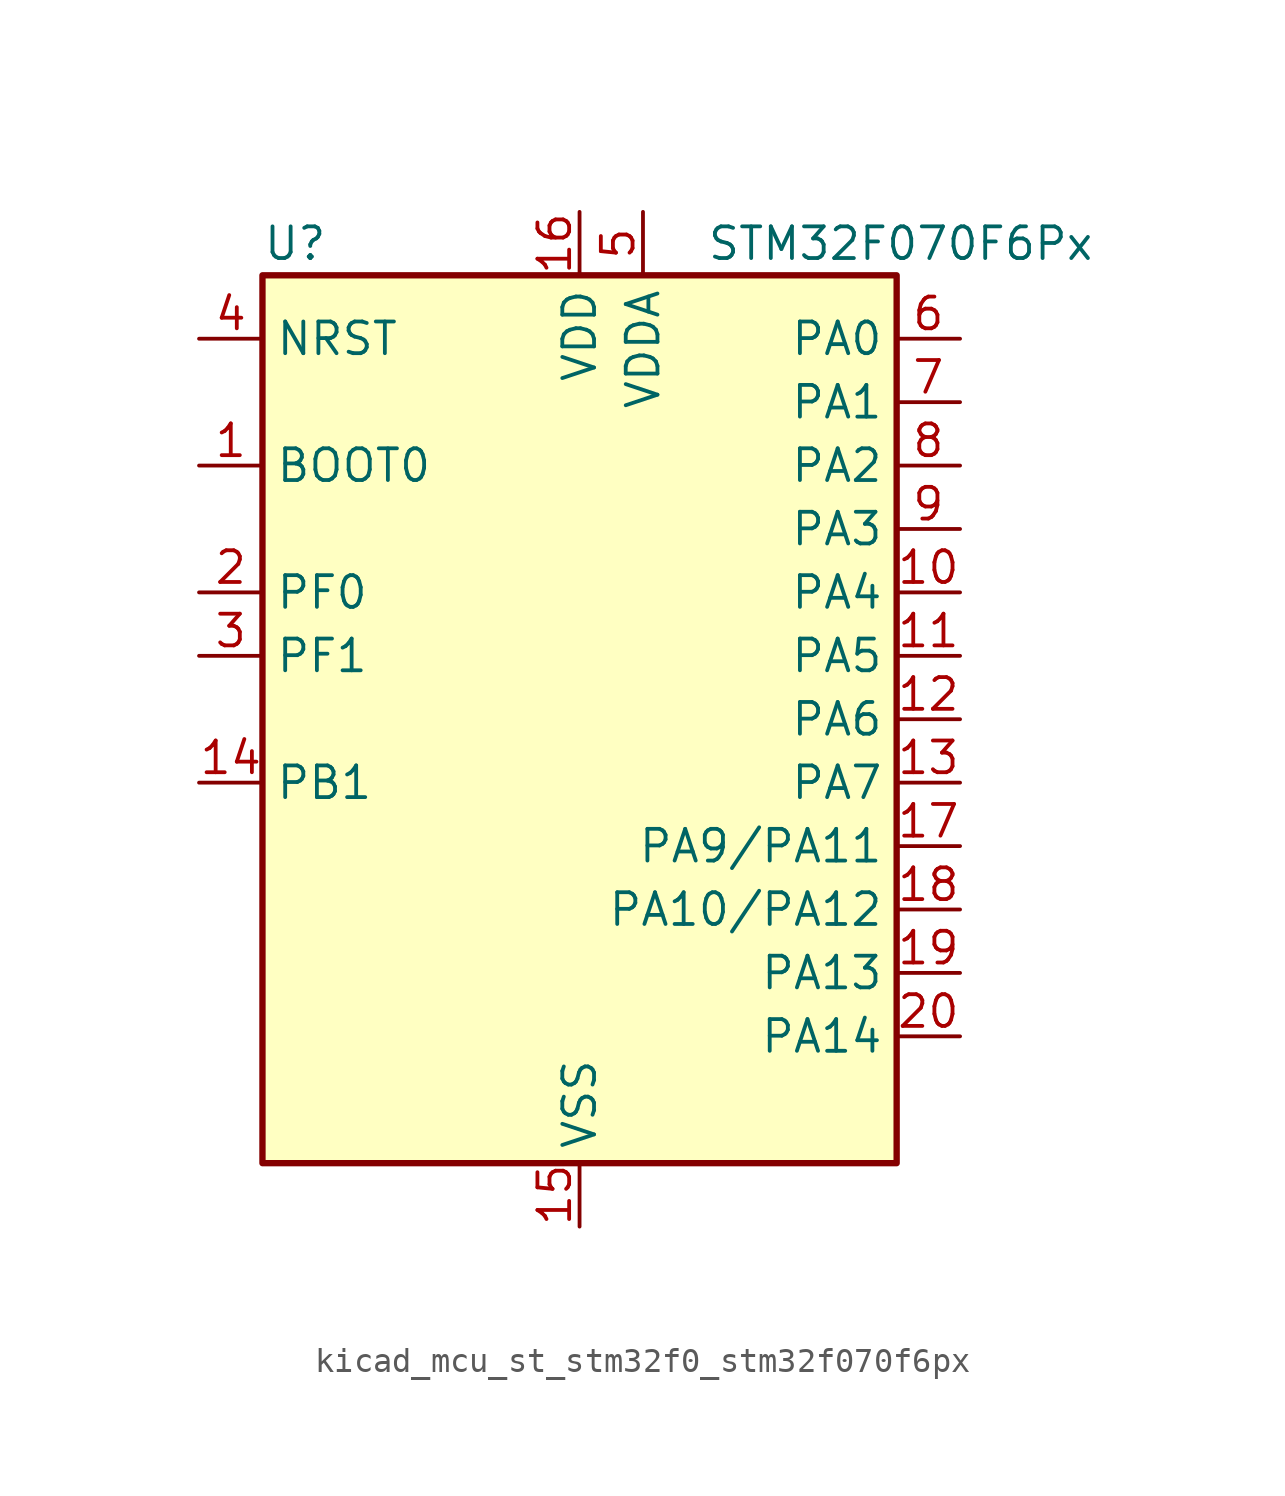
<source format=kicad_sym>
(kicad_symbol_lib
  (version 20220914)
  (generator kicad_symbol_editor)
  (symbol "kicad_mcu_st_stm32f0_stm32f070f6px"
    (property "Reference" "U"
      (at -12.7 19.05 0)
      (effects (font (size 1.27 1.27)) (justify left)))
    (property "Value" "STM32F070F6Px"
      (at 5.08 19.05 0)
      (effects (font (size 1.27 1.27)) (justify left)))
    (property "ki_locked" ""
      (at 0 0 0)
      (effects (font (size 1.27 1.27))))
    (symbol "kicad_mcu_st_stm32f0_stm32f070f6px_0_1"
      (rectangle (start -12.7 -17.78) (end 12.7 17.78) (stroke (width 0.254) (type default)) (fill (type background))))
    (symbol "kicad_mcu_st_stm32f0_stm32f070f6px_1_1"
      (pin input line (at -15.24 10.16 0) (length 2.54) (name "BOOT0" (effects (font (size 1.27 1.27)))) (number "1" (effects (font (size 1.27 1.27)))))
      (pin bidirectional line (at 15.24 5.08 180) (length 2.54) (name "PA4" (effects (font (size 1.27 1.27)))) (number "10" (effects (font (size 1.27 1.27)))) (alternate "ADC_IN4" bidirectional line) (alternate "SPI1_NSS" bidirectional line) (alternate "TIM14_CH1" bidirectional line) (alternate "USART2_CK" bidirectional line) (alternate "USB_NOE" bidirectional line))
      (pin bidirectional line (at 15.24 2.54 180) (length 2.54) (name "PA5" (effects (font (size 1.27 1.27)))) (number "11" (effects (font (size 1.27 1.27)))) (alternate "ADC_IN5" bidirectional line) (alternate "SPI1_SCK" bidirectional line))
      (pin bidirectional line (at 15.24 0 180) (length 2.54) (name "PA6" (effects (font (size 1.27 1.27)))) (number "12" (effects (font (size 1.27 1.27)))) (alternate "ADC_IN6" bidirectional line) (alternate "SPI1_MISO" bidirectional line) (alternate "TIM16_CH1" bidirectional line) (alternate "TIM1_BKIN" bidirectional line) (alternate "TIM3_CH1" bidirectional line))
      (pin bidirectional line (at 15.24 -2.54 180) (length 2.54) (name "PA7" (effects (font (size 1.27 1.27)))) (number "13" (effects (font (size 1.27 1.27)))) (alternate "ADC_IN7" bidirectional line) (alternate "SPI1_MOSI" bidirectional line) (alternate "TIM14_CH1" bidirectional line) (alternate "TIM17_CH1" bidirectional line) (alternate "TIM1_CH1N" bidirectional line) (alternate "TIM3_CH2" bidirectional line))
      (pin bidirectional line (at -15.24 -2.54 0) (length 2.54) (name "PB1" (effects (font (size 1.27 1.27)))) (number "14" (effects (font (size 1.27 1.27)))) (alternate "ADC_IN9" bidirectional line) (alternate "TIM14_CH1" bidirectional line) (alternate "TIM1_CH3N" bidirectional line) (alternate "TIM3_CH4" bidirectional line))
      (pin power_in line (at 0 -20.32 90) (length 2.54) (name "VSS" (effects (font (size 1.27 1.27)))) (number "15" (effects (font (size 1.27 1.27)))))
      (pin power_in line (at 0 20.32 270) (length 2.54) (name "VDD" (effects (font (size 1.27 1.27)))) (number "16" (effects (font (size 1.27 1.27)))))
      (pin bidirectional line (at 15.24 -5.08 180) (length 2.54) (name "PA9/PA11" (effects (font (size 1.27 1.27)))) (number "17" (effects (font (size 1.27 1.27)))) (alternate "I2C1_SCL" bidirectional line) (alternate "TIM1_CH2" bidirectional line) (alternate "USART1_TX" bidirectional line))
      (pin bidirectional line (at 15.24 -7.62 180) (length 2.54) (name "PA10/PA12" (effects (font (size 1.27 1.27)))) (number "18" (effects (font (size 1.27 1.27)))) (alternate "I2C1_SDA" bidirectional line) (alternate "TIM17_BKIN" bidirectional line) (alternate "TIM1_CH3" bidirectional line) (alternate "USART1_RX" bidirectional line))
      (pin bidirectional line (at 15.24 -10.16 180) (length 2.54) (name "PA13" (effects (font (size 1.27 1.27)))) (number "19" (effects (font (size 1.27 1.27)))) (alternate "IR_OUT" bidirectional line) (alternate "SYS_SWDIO" bidirectional line) (alternate "USB_NOE" bidirectional line))
      (pin bidirectional line (at -15.24 5.08 0) (length 2.54) (name "PF0" (effects (font (size 1.27 1.27)))) (number "2" (effects (font (size 1.27 1.27)))) (alternate "I2C1_SDA" bidirectional line) (alternate "RCC_OSC_IN" bidirectional line))
      (pin bidirectional line (at 15.24 -12.7 180) (length 2.54) (name "PA14" (effects (font (size 1.27 1.27)))) (number "20" (effects (font (size 1.27 1.27)))) (alternate "SYS_SWCLK" bidirectional line) (alternate "USART2_TX" bidirectional line))
      (pin bidirectional line (at -15.24 2.54 0) (length 2.54) (name "PF1" (effects (font (size 1.27 1.27)))) (number "3" (effects (font (size 1.27 1.27)))) (alternate "I2C1_SCL" bidirectional line) (alternate "RCC_OSC_OUT" bidirectional line))
      (pin input line (at -15.24 15.24 0) (length 2.54) (name "NRST" (effects (font (size 1.27 1.27)))) (number "4" (effects (font (size 1.27 1.27)))))
      (pin power_in line (at 2.54 20.32 270) (length 2.54) (name "VDDA" (effects (font (size 1.27 1.27)))) (number "5" (effects (font (size 1.27 1.27)))))
      (pin bidirectional line (at 15.24 15.24 180) (length 2.54) (name "PA0" (effects (font (size 1.27 1.27)))) (number "6" (effects (font (size 1.27 1.27)))) (alternate "ADC_IN0" bidirectional line) (alternate "RTC_TAMP2" bidirectional line) (alternate "SYS_WKUP1" bidirectional line) (alternate "USART2_CTS" bidirectional line))
      (pin bidirectional line (at 15.24 12.7 180) (length 2.54) (name "PA1" (effects (font (size 1.27 1.27)))) (number "7" (effects (font (size 1.27 1.27)))) (alternate "ADC_IN1" bidirectional line) (alternate "USART2_DE" bidirectional line) (alternate "USART2_RTS" bidirectional line))
      (pin bidirectional line (at 15.24 10.16 180) (length 2.54) (name "PA2" (effects (font (size 1.27 1.27)))) (number "8" (effects (font (size 1.27 1.27)))) (alternate "ADC_IN2" bidirectional line) (alternate "SYS_WKUP4" bidirectional line) (alternate "USART2_TX" bidirectional line))
      (pin bidirectional line (at 15.24 7.62 180) (length 2.54) (name "PA3" (effects (font (size 1.27 1.27)))) (number "9" (effects (font (size 1.27 1.27)))) (alternate "ADC_IN3" bidirectional line) (alternate "USART2_RX" bidirectional line)))))
</source>
